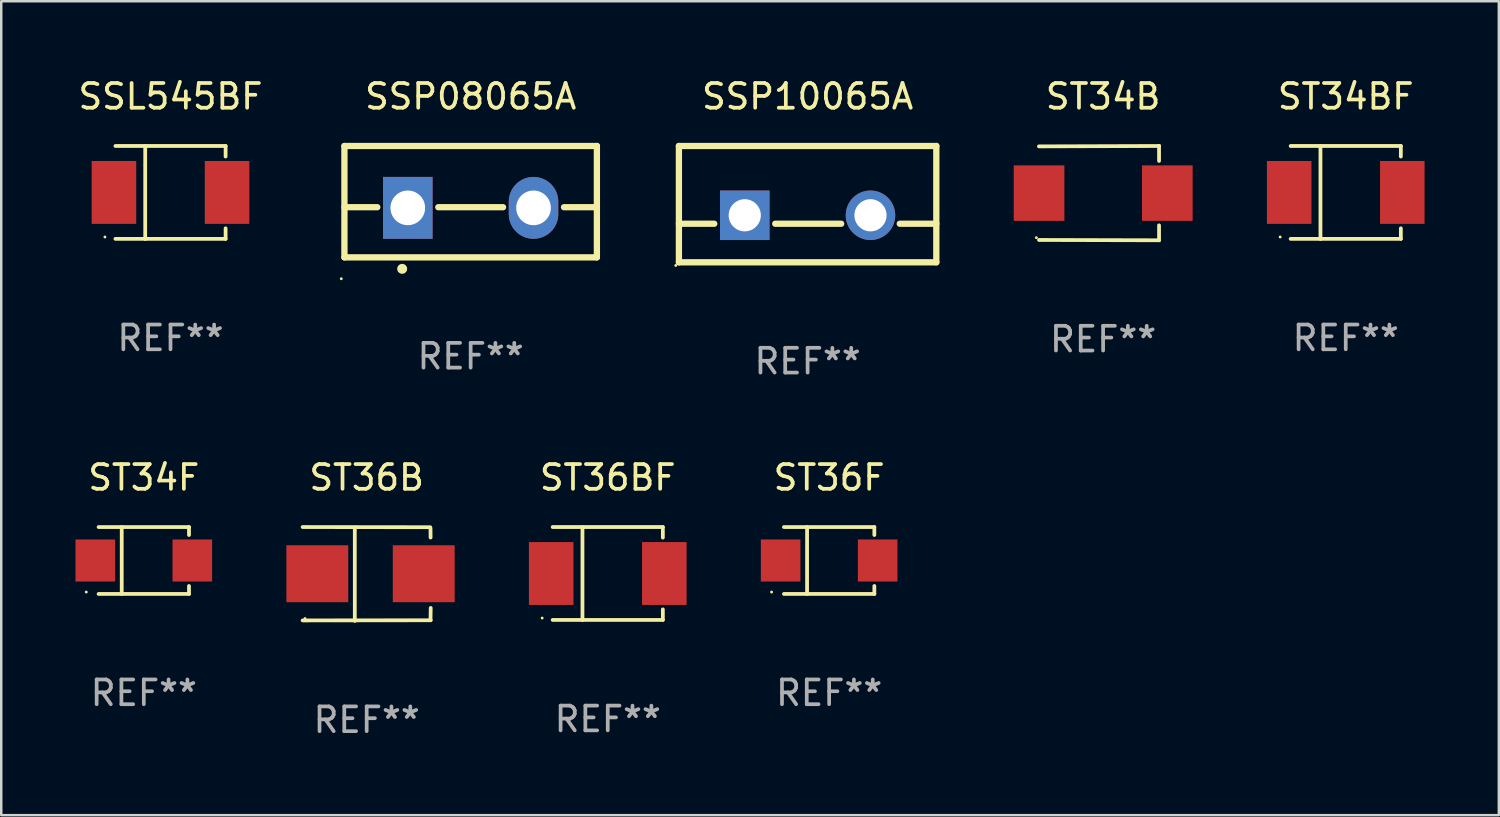
<source format=kicad_pcb>
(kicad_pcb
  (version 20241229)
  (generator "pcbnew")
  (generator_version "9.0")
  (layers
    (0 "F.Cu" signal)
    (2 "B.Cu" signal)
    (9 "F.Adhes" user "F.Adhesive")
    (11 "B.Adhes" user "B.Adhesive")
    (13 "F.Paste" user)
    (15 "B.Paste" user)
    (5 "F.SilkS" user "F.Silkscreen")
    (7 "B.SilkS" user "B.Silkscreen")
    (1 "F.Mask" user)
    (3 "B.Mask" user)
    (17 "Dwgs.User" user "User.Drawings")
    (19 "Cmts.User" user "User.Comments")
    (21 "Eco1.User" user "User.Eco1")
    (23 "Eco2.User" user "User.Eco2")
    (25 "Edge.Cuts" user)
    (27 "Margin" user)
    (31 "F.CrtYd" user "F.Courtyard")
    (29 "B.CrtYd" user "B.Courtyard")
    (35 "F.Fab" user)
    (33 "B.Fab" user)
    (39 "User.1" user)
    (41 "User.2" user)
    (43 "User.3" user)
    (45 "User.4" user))
  (footprint "SSP10065A"
    (layer "F.Cu")
    (at 29.58 5.198)
    (property "Reference" "SSP10065A" (at 0 -4.35 0) (layer "F.SilkS") (effects (font (size 1 1) (thickness 0.15))))
    (attr through_hole)
    (fp_line (start -5.2 -2.35) (end -5.2 2.35) (stroke (width 0.254) (type solid)) (layer "F.SilkS"))
    (fp_line (start -5.2 -2.35) (end 5.2 -2.35) (stroke (width 0.254) (type solid)) (layer "F.SilkS"))
    (fp_line (start -5.2 0.792) (end -3.771 0.792) (stroke (width 0.254) (type solid)) (layer "F.SilkS"))
    (fp_line (start -5.2 2.35) (end 5.2 2.35) (stroke (width 0.254) (type solid)) (layer "F.SilkS"))
    (fp_line (start -1.309 0.792) (end 1.357 0.792) (stroke (width 0.254) (type solid)) (layer "F.SilkS"))
    (fp_line (start 3.723 0.792) (end 5.2 0.792) (stroke (width 0.254) (type solid)) (layer "F.SilkS"))
    (fp_line (start 5.2 -2.35) (end 5.2 2.35) (stroke (width 0.254) (type solid)) (layer "F.SilkS"))
    (fp_circle (center -5.327 2.477) (end -5.297 2.477) (stroke (width 0.06) (type solid)) (fill no) (layer "F.SilkS"))
    (fp_text user "REF**" (at 0 6.35 0) (layer "F.Fab") (effects (font (size 1 1) (thickness 0.15))))
    (pad "1" thru_hole rect (at -2.54 0.45) (size 2 2) (drill 1.3) (layers "*.Cu" "*.Mask"))
    (pad "2" thru_hole circle (at 2.54 0.45) (size 2 2) (drill 1.3) (layers "*.Cu" "*.Mask")))
  (footprint "ST36B"
    (layer "F.Cu")
    (at 11.765 20.14)
    (property "Reference" "ST36B" (at 0 -3.896 0) (layer "F.SilkS") (effects (font (size 1 1) (thickness 0.15))))
    (attr through_hole)
    (fp_line (start -2.588 -1.896) (end 2.568 -1.889) (stroke (width 0.152) (type solid)) (layer "F.SilkS"))
    (fp_line (start -2.588 1.877) (end 2.588 1.87) (stroke (width 0.152) (type solid)) (layer "F.SilkS"))
    (fp_line (start -0.48 1.896) (end -0.48 -1.871) (stroke (width 0.152) (type solid)) (layer "F.SilkS"))
    (fp_line (start 2.579 -1.849) (end 2.582 -1.472) (stroke (width 0.152) (type solid)) (layer "F.SilkS"))
    (fp_line (start 2.579 1.867) (end 2.587 1.372) (stroke (width 0.152) (type solid)) (layer "F.SilkS"))
    (fp_circle (center -2.492 1.801) (end -2.462 1.801) (stroke (width 0.06) (type solid)) (fill no) (layer "F.SilkS"))
    (fp_text user "REF**" (at 0 5.896 0) (layer "F.Fab") (effects (font (size 1 1) (thickness 0.15))))
    (pad "1" smd rect (at -1.995 -0.009) (size 2.5 2.3) (layers "F.Cu" "F.Mask" "F.Paste"))
    (pad "2" smd rect (at 2.305 -0.009) (size 2.5 2.3) (layers "F.Cu" "F.Mask" "F.Paste")))
  (footprint "SSL545BF"
    (layer "F.Cu")
    (at 3.839 4.728)
    (property "Reference" "SSL545BF" (at 0 -3.88 0) (layer "F.SilkS") (effects (font (size 1 1) (thickness 0.15))))
    (attr through_hole)
    (fp_line (start -2.226 -1.88) (end 2.226 -1.88) (stroke (width 0.152) (type solid)) (layer "F.SilkS"))
    (fp_line (start -2.226 1.873) (end 2.226 1.873) (stroke (width 0.152) (type solid)) (layer "F.SilkS"))
    (fp_line (start -1.022 -1.873) (end -1.022 1.88) (stroke (width 0.152) (type solid)) (layer "F.SilkS"))
    (fp_line (start 2.226 -1.88) (end 2.226 -1.453) (stroke (width 0.152) (type solid)) (layer "F.SilkS"))
    (fp_line (start 2.226 1.447) (end 2.226 1.873) (stroke (width 0.152) (type solid)) (layer "F.SilkS"))
    (fp_circle (center -2.65 1.797) (end -2.62 1.797) (stroke (width 0.06) (type solid)) (fill no) (layer "F.SilkS"))
    (fp_text user "REF**" (at 0 5.88 0) (layer "F.Fab") (effects (font (size 1 1) (thickness 0.15))))
    (pad "1" smd rect (at -2.285 -0.003) (size 1.8 2.54) (layers "F.Cu" "F.Mask" "F.Paste"))
    (pad "2" smd rect (at 2.285 -0.003) (size 1.8 2.54) (layers "F.Cu" "F.Mask" "F.Paste")))
  (footprint "ST36BF"
    (layer "F.Cu")
    (at 21.505 20.124)
    (property "Reference" "ST36BF" (at 0 -3.88 0) (layer "F.SilkS") (effects (font (size 1 1) (thickness 0.15))))
    (attr through_hole)
    (fp_line (start -2.226 -1.88) (end 2.226 -1.88) (stroke (width 0.152) (type solid)) (layer "F.SilkS"))
    (fp_line (start -2.226 1.873) (end 2.226 1.873) (stroke (width 0.152) (type solid)) (layer "F.SilkS"))
    (fp_line (start -1.022 -1.873) (end -1.022 1.88) (stroke (width 0.152) (type solid)) (layer "F.SilkS"))
    (fp_line (start 2.226 -1.88) (end 2.226 -1.453) (stroke (width 0.152) (type solid)) (layer "F.SilkS"))
    (fp_line (start 2.226 1.447) (end 2.226 1.873) (stroke (width 0.152) (type solid)) (layer "F.SilkS"))
    (fp_circle (center -2.65 1.797) (end -2.62 1.797) (stroke (width 0.06) (type solid)) (fill no) (layer "F.SilkS"))
    (fp_text user "REF**" (at 0 5.88 0) (layer "F.Fab") (effects (font (size 1 1) (thickness 0.15))))
    (pad "1" smd rect (at -2.285 -0.003) (size 1.8 2.54) (layers "F.Cu" "F.Mask" "F.Paste"))
    (pad "2" smd rect (at 2.285 -0.003) (size 1.8 2.54) (layers "F.Cu" "F.Mask" "F.Paste")))
  (footprint "SSP08065A"
    (layer "F.Cu")
    (at 15.966 5.098)
    (property "Reference" "SSP08065A" (at 0 -4.25 0) (layer "F.SilkS") (effects (font (size 1 1) (thickness 0.15))))
    (attr through_hole)
    (fp_line (start -5.1 -2.25) (end -5.1 2.25) (stroke (width 0.254) (type solid)) (layer "F.SilkS"))
    (fp_line (start -5.1 0.224) (end -3.772 0.224) (stroke (width 0.254) (type solid)) (layer "F.SilkS"))
    (fp_line (start -5.1 2.25) (end 5.1 2.25) (stroke (width 0.254) (type solid)) (layer "F.SilkS"))
    (fp_line (start -1.308 0.224) (end 1.309 0.224) (stroke (width 0.254) (type solid)) (layer "F.SilkS"))
    (fp_line (start 3.771 0.224) (end 5.1 0.224) (stroke (width 0.254) (type solid)) (layer "F.SilkS"))
    (fp_line (start 5.1 -2.25) (end -5.1 -2.25) (stroke (width 0.254) (type solid)) (layer "F.SilkS"))
    (fp_line (start 5.1 -2.25) (end 5.1 2.25) (stroke (width 0.254) (type solid)) (layer "F.SilkS"))
    (fp_arc (start -2.768606 2.713805) (mid -2.767336 2.713801) (end -2.766066 2.713805) (stroke (width 0.4) (type solid)) (layer "F.SilkS"))
    (fp_circle (center -5.227 3.114) (end -5.197 3.114) (stroke (width 0.06) (type solid)) (fill no) (layer "F.SilkS"))
    (fp_text user "REF**" (at 0 6.25 0) (layer "F.Fab") (effects (font (size 1 1) (thickness 0.15))))
    (pad "1" thru_hole rect (at -2.54 0.25) (size 2 2.5) (drill 1.4) (layers "*.Cu" "*.Mask"))
    (pad "3" thru_hole oval (at 2.54 0.25) (size 2 2.5) (drill 1.4) (layers "*.Cu" "*.Mask")))
  (footprint "ST36F"
    (layer "F.Cu")
    (at 30.45 19.596)
    (property "Reference" "ST36F" (at 0 -3.351 0) (layer "F.SilkS") (effects (font (size 1 1) (thickness 0.15))))
    (attr through_hole)
    (fp_line (start -1.826 -1.351) (end 1.826 -1.351) (stroke (width 0.152) (type solid)) (layer "F.SilkS"))
    (fp_line (start -1.826 1.351) (end 1.826 1.351) (stroke (width 0.152) (type solid)) (layer "F.SilkS"))
    (fp_line (start -0.892 -1.351) (end -0.892 1.351) (stroke (width 0.152) (type solid)) (layer "F.SilkS"))
    (fp_line (start 1.826 -1.351) (end 1.826 -1.03) (stroke (width 0.152) (type solid)) (layer "F.SilkS"))
    (fp_line (start 1.826 1.03) (end 1.826 1.351) (stroke (width 0.152) (type solid)) (layer "F.SilkS"))
    (fp_circle (center -2.325 1.275) (end -2.295 1.275) (stroke (width 0.06) (type solid)) (fill no) (layer "F.SilkS"))
    (fp_text user "REF**" (at 0 5.351 0) (layer "F.Fab") (effects (font (size 1 1) (thickness 0.15))))
    (pad "1" smd rect (at -1.96 0 180) (size 1.6 1.7) (layers "F.Cu" "F.Mask" "F.Paste"))
    (pad "2" smd rect (at 1.96 0 180) (size 1.6 1.7) (layers "F.Cu" "F.Mask" "F.Paste")))
  (footprint "ST34B"
    (layer "F.Cu")
    (at 41.519 4.753)
    (property "Reference" "ST34B" (at 0 -3.905 0) (layer "F.SilkS") (effects (font (size 1 1) (thickness 0.15))))
    (attr through_hole)
    (fp_line (start 2.256 -1.905) (end -2.594 -1.889) (stroke (width 0.152) (type solid)) (layer "F.SilkS"))
    (fp_line (start 2.256 -1.905) (end 2.26 -1.905) (stroke (width 0.152) (type solid)) (layer "F.SilkS"))
    (fp_line (start 2.26 -1.905) (end 2.26 -1.301) (stroke (width 0.152) (type solid)) (layer "F.SilkS"))
    (fp_line (start 2.26 1.301) (end 2.26 1.905) (stroke (width 0.152) (type solid)) (layer "F.SilkS"))
    (fp_line (start 2.26 1.905) (end -2.59 1.892) (stroke (width 0.152) (type solid)) (layer "F.SilkS"))
    (fp_circle (center -2.697 1.8) (end -2.667 1.8) (stroke (width 0.06) (type solid)) (fill no) (layer "F.SilkS"))
    (fp_text user "REF**" (at 0 5.905 0) (layer "F.Fab") (effects (font (size 1 1) (thickness 0.15))))
    (pad "1" smd rect (at -2.588 0) (size 2.047 2.241) (layers "F.Cu" "F.Mask" "F.Paste"))
    (pad "2" smd rect (at 2.594 0) (size 2.047 2.241) (layers "F.Cu" "F.Mask" "F.Paste")))
  (footprint "ST34F"
    (layer "F.Cu")
    (at 2.76 19.596)
    (property "Reference" "ST34F" (at 0 -3.351 0) (layer "F.SilkS") (effects (font (size 1 1) (thickness 0.15))))
    (attr through_hole)
    (fp_line (start -1.826 -1.351) (end 1.826 -1.351) (stroke (width 0.152) (type solid)) (layer "F.SilkS"))
    (fp_line (start -1.826 1.351) (end 1.826 1.351) (stroke (width 0.152) (type solid)) (layer "F.SilkS"))
    (fp_line (start -0.892 -1.351) (end -0.892 1.351) (stroke (width 0.152) (type solid)) (layer "F.SilkS"))
    (fp_line (start 1.826 -1.351) (end 1.826 -1.03) (stroke (width 0.152) (type solid)) (layer "F.SilkS"))
    (fp_line (start 1.826 1.03) (end 1.826 1.351) (stroke (width 0.152) (type solid)) (layer "F.SilkS"))
    (fp_circle (center -2.325 1.275) (end -2.295 1.275) (stroke (width 0.06) (type solid)) (fill no) (layer "F.SilkS"))
    (fp_text user "REF**" (at 0 5.351 0) (layer "F.Fab") (effects (font (size 1 1) (thickness 0.15))))
    (pad "1" smd rect (at -1.96 0 180) (size 1.6 1.7) (layers "F.Cu" "F.Mask" "F.Paste"))
    (pad "2" smd rect (at 1.96 0 180) (size 1.6 1.7) (layers "F.Cu" "F.Mask" "F.Paste")))
  (footprint "ST34BF"
    (layer "F.Cu")
    (at 51.322 4.728)
    (property "Reference" "ST34BF" (at 0 -3.88 0) (layer "F.SilkS") (effects (font (size 1 1) (thickness 0.15))))
    (attr through_hole)
    (fp_line (start -2.226 -1.88) (end 2.226 -1.88) (stroke (width 0.152) (type solid)) (layer "F.SilkS"))
    (fp_line (start -2.226 1.873) (end 2.226 1.873) (stroke (width 0.152) (type solid)) (layer "F.SilkS"))
    (fp_line (start -1.022 -1.873) (end -1.022 1.88) (stroke (width 0.152) (type solid)) (layer "F.SilkS"))
    (fp_line (start 2.226 -1.88) (end 2.226 -1.453) (stroke (width 0.152) (type solid)) (layer "F.SilkS"))
    (fp_line (start 2.226 1.447) (end 2.226 1.873) (stroke (width 0.152) (type solid)) (layer "F.SilkS"))
    (fp_circle (center -2.65 1.797) (end -2.62 1.797) (stroke (width 0.06) (type solid)) (fill no) (layer "F.SilkS"))
    (fp_text user "REF**" (at 0 5.88 0) (layer "F.Fab") (effects (font (size 1 1) (thickness 0.15))))
    (pad "1" smd rect (at -2.285 -0.003) (size 1.8 2.54) (layers "F.Cu" "F.Mask" "F.Paste"))
    (pad "2" smd rect (at 2.285 -0.003) (size 1.8 2.54) (layers "F.Cu" "F.Mask" "F.Paste")))
  (gr_rect
    (start -3 -3)
    (end 57.507 29.884)
    (stroke (width 0.1) (type default))
    (fill no)
    (layer "Edge.Cuts")))
</source>
